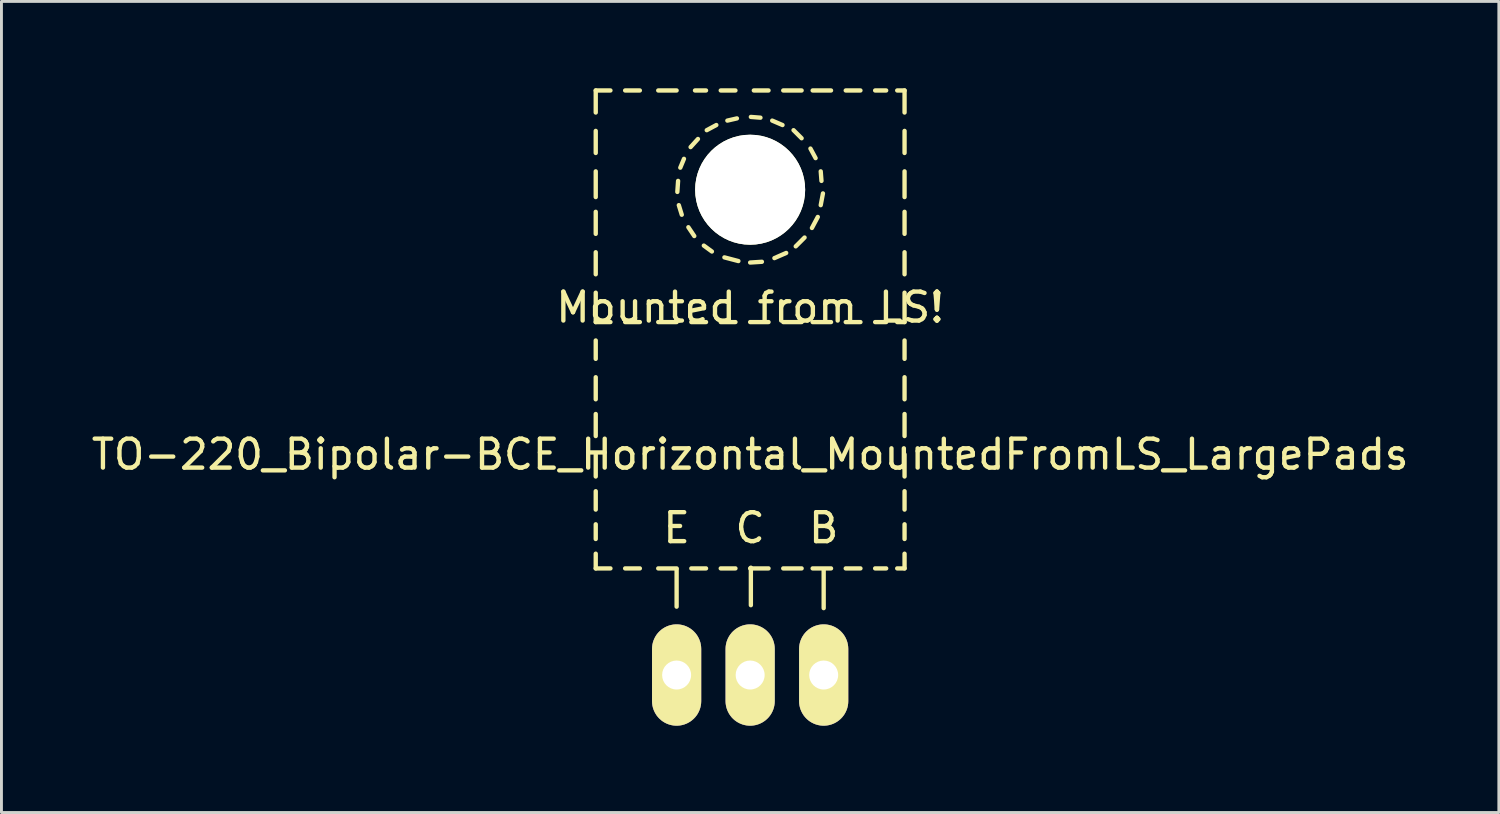
<source format=kicad_pcb>
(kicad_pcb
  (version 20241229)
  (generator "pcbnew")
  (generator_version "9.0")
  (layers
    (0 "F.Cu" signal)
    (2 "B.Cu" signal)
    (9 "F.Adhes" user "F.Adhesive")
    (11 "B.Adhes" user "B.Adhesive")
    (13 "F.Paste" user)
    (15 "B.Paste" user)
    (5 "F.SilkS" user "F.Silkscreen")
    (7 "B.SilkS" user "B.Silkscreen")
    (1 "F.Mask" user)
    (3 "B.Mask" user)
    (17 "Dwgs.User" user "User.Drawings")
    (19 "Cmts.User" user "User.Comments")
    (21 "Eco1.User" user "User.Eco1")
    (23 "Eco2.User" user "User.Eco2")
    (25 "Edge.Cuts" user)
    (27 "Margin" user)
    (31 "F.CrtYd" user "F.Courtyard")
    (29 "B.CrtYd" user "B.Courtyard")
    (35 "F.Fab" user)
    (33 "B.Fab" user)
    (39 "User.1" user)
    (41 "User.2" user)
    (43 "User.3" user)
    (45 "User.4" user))
  (footprint "TO-220_Bipolar-BCE_Horizontal_MountedFromLS_LargePads"
    (layer "F.Cu")
    (at 22.863 20.268)
    (property "Reference" "TO-220_Bipolar-BCE_Horizontal_MountedFromLS_LargePads" (at 0 -7.62 0) (layer "F.SilkS") (effects (font (size 1 1) (thickness 0.15))))
    (attr through_hole)
    (fp_line (start -5.334 -20.193) (end -5.334 -19.431) (stroke (width 0.15) (type solid)) (layer "F.SilkS"))
    (fp_line (start -5.334 -20.193) (end -4.826 -20.193) (stroke (width 0.15) (type solid)) (layer "F.SilkS"))
    (fp_line (start -5.334 -18.796) (end -5.334 -18.034) (stroke (width 0.15) (type solid)) (layer "F.SilkS"))
    (fp_line (start -5.334 -17.399) (end -5.334 -16.51) (stroke (width 0.15) (type solid)) (layer "F.SilkS"))
    (fp_line (start -5.334 -16.002) (end -5.334 -15.24) (stroke (width 0.15) (type solid)) (layer "F.SilkS"))
    (fp_line (start -5.334 -14.605) (end -5.334 -13.843) (stroke (width 0.15) (type solid)) (layer "F.SilkS"))
    (fp_line (start -5.334 -13.208) (end -5.334 -12.192) (stroke (width 0.15) (type solid)) (layer "F.SilkS"))
    (fp_line (start -5.334 -12.192) (end -4.826 -12.192) (stroke (width 0.15) (type solid)) (layer "F.SilkS"))
    (fp_line (start -5.334 -11.557) (end -5.334 -10.922) (stroke (width 0.15) (type solid)) (layer "F.SilkS"))
    (fp_line (start -5.334 -10.287) (end -5.334 -9.525) (stroke (width 0.15) (type solid)) (layer "F.SilkS"))
    (fp_line (start -5.334 -9.017) (end -5.334 -8.255) (stroke (width 0.15) (type solid)) (layer "F.SilkS"))
    (fp_line (start -5.334 -7.62) (end -5.334 -6.858) (stroke (width 0.15) (type solid)) (layer "F.SilkS"))
    (fp_line (start -5.334 -6.35) (end -5.334 -5.715) (stroke (width 0.15) (type solid)) (layer "F.SilkS"))
    (fp_line (start -5.334 -5.207) (end -5.334 -4.699) (stroke (width 0.15) (type solid)) (layer "F.SilkS"))
    (fp_line (start -5.334 -4.191) (end -5.334 -3.683) (stroke (width 0.15) (type solid)) (layer "F.SilkS"))
    (fp_line (start -5.334 -3.683) (end -4.826 -3.683) (stroke (width 0.15) (type solid)) (layer "F.SilkS"))
    (fp_line (start -4.318 -20.193) (end -3.81 -20.193) (stroke (width 0.15) (type solid)) (layer "F.SilkS"))
    (fp_line (start -4.318 -12.192) (end -3.81 -12.192) (stroke (width 0.15) (type solid)) (layer "F.SilkS"))
    (fp_line (start -4.318 -3.683) (end -3.81 -3.683) (stroke (width 0.15) (type solid)) (layer "F.SilkS"))
    (fp_line (start -3.175 -20.193) (end -2.54 -20.193) (stroke (width 0.15) (type solid)) (layer "F.SilkS"))
    (fp_line (start -3.175 -12.192) (end -2.54 -12.192) (stroke (width 0.15) (type solid)) (layer "F.SilkS"))
    (fp_line (start -3.175 -3.683) (end -2.54 -3.683) (stroke (width 0.15) (type solid)) (layer "F.SilkS"))
    (fp_line (start -2.54 -3.658) (end -2.54 -2.362) (stroke (width 0.15) (type solid)) (layer "F.SilkS"))
    (fp_line (start -2.515 -16.688) (end -2.489 -17.069) (stroke (width 0.15) (type solid)) (layer "F.SilkS"))
    (fp_line (start -2.413 -17.526) (end -2.286 -17.831) (stroke (width 0.15) (type solid)) (layer "F.SilkS"))
    (fp_line (start -2.362 -15.9) (end -2.464 -16.231) (stroke (width 0.15) (type solid)) (layer "F.SilkS"))
    (fp_line (start -2.057 -18.237) (end -1.803 -18.517) (stroke (width 0.15) (type solid)) (layer "F.SilkS"))
    (fp_line (start -2.032 -12.192) (end -1.524 -12.192) (stroke (width 0.15) (type solid)) (layer "F.SilkS"))
    (fp_line (start -2.032 -3.683) (end -1.524 -3.683) (stroke (width 0.15) (type solid)) (layer "F.SilkS"))
    (fp_line (start -1.93 -15.164) (end -2.134 -15.469) (stroke (width 0.15) (type solid)) (layer "F.SilkS"))
    (fp_line (start -1.905 -20.193) (end -1.524 -20.193) (stroke (width 0.15) (type solid)) (layer "F.SilkS"))
    (fp_line (start -1.499 -18.821) (end -1.168 -18.999) (stroke (width 0.15) (type solid)) (layer "F.SilkS"))
    (fp_line (start -1.321 -14.63) (end -1.6 -14.834) (stroke (width 0.15) (type solid)) (layer "F.SilkS"))
    (fp_line (start -1.016 -20.193) (end -0.508 -20.193) (stroke (width 0.15) (type solid)) (layer "F.SilkS"))
    (fp_line (start -1.016 -12.192) (end -0.508 -12.192) (stroke (width 0.15) (type solid)) (layer "F.SilkS"))
    (fp_line (start -1.016 -3.683) (end -0.508 -3.683) (stroke (width 0.15) (type solid)) (layer "F.SilkS"))
    (fp_line (start -0.787 -19.152) (end -0.457 -19.228) (stroke (width 0.15) (type solid)) (layer "F.SilkS"))
    (fp_line (start -0.406 -14.3) (end -0.889 -14.427) (stroke (width 0.15) (type solid)) (layer "F.SilkS"))
    (fp_line (start 0 -12.192) (end 0.635 -12.192) (stroke (width 0.15) (type solid)) (layer "F.SilkS"))
    (fp_line (start 0 -3.683) (end 0.635 -3.683) (stroke (width 0.15) (type solid)) (layer "F.SilkS"))
    (fp_line (start 0.025 -19.279) (end 0.356 -19.253) (stroke (width 0.15) (type solid)) (layer "F.SilkS"))
    (fp_line (start 0.025 -3.708) (end 0.025 -2.413) (stroke (width 0.15) (type solid)) (layer "F.SilkS"))
    (fp_line (start 0.127 -20.193) (end 0.635 -20.193) (stroke (width 0.15) (type solid)) (layer "F.SilkS"))
    (fp_line (start 0.406 -14.275) (end 0 -14.249) (stroke (width 0.15) (type solid)) (layer "F.SilkS"))
    (fp_line (start 0.762 -19.152) (end 1.118 -18.999) (stroke (width 0.15) (type solid)) (layer "F.SilkS"))
    (fp_line (start 1.143 -20.193) (end 1.778 -20.193) (stroke (width 0.15) (type solid)) (layer "F.SilkS"))
    (fp_line (start 1.143 -12.192) (end 1.778 -12.192) (stroke (width 0.15) (type solid)) (layer "F.SilkS"))
    (fp_line (start 1.143 -3.683) (end 1.778 -3.683) (stroke (width 0.15) (type solid)) (layer "F.SilkS"))
    (fp_line (start 1.245 -14.58) (end 0.838 -14.402) (stroke (width 0.15) (type solid)) (layer "F.SilkS"))
    (fp_line (start 1.499 -18.821) (end 1.778 -18.542) (stroke (width 0.15) (type solid)) (layer "F.SilkS"))
    (fp_line (start 1.88 -15.113) (end 1.575 -14.808) (stroke (width 0.15) (type solid)) (layer "F.SilkS"))
    (fp_line (start 2.083 -18.186) (end 2.261 -17.856) (stroke (width 0.15) (type solid)) (layer "F.SilkS"))
    (fp_line (start 2.159 -20.193) (end 2.794 -20.193) (stroke (width 0.15) (type solid)) (layer "F.SilkS"))
    (fp_line (start 2.159 -12.192) (end 2.794 -12.192) (stroke (width 0.15) (type solid)) (layer "F.SilkS"))
    (fp_line (start 2.159 -3.683) (end 2.794 -3.683) (stroke (width 0.15) (type solid)) (layer "F.SilkS"))
    (fp_line (start 2.337 -15.824) (end 2.134 -15.443) (stroke (width 0.15) (type solid)) (layer "F.SilkS"))
    (fp_line (start 2.438 -17.399) (end 2.464 -17.069) (stroke (width 0.15) (type solid)) (layer "F.SilkS"))
    (fp_line (start 2.515 -16.637) (end 2.438 -16.231) (stroke (width 0.15) (type solid)) (layer "F.SilkS"))
    (fp_line (start 2.54 -3.658) (end 2.54 -2.311) (stroke (width 0.15) (type solid)) (layer "F.SilkS"))
    (fp_line (start 3.302 -20.193) (end 3.81 -20.193) (stroke (width 0.15) (type solid)) (layer "F.SilkS"))
    (fp_line (start 3.302 -12.192) (end 3.81 -12.192) (stroke (width 0.15) (type solid)) (layer "F.SilkS"))
    (fp_line (start 3.302 -3.683) (end 3.81 -3.683) (stroke (width 0.15) (type solid)) (layer "F.SilkS"))
    (fp_line (start 4.318 -20.193) (end 4.699 -20.193) (stroke (width 0.15) (type solid)) (layer "F.SilkS"))
    (fp_line (start 4.318 -12.192) (end 4.699 -12.192) (stroke (width 0.15) (type solid)) (layer "F.SilkS"))
    (fp_line (start 4.318 -3.683) (end 4.699 -3.683) (stroke (width 0.15) (type solid)) (layer "F.SilkS"))
    (fp_line (start 5.08 -20.193) (end 5.334 -20.193) (stroke (width 0.15) (type solid)) (layer "F.SilkS"))
    (fp_line (start 5.08 -12.192) (end 5.334 -12.192) (stroke (width 0.15) (type solid)) (layer "F.SilkS"))
    (fp_line (start 5.08 -3.683) (end 5.334 -3.683) (stroke (width 0.15) (type solid)) (layer "F.SilkS"))
    (fp_line (start 5.334 -20.193) (end 5.334 -19.431) (stroke (width 0.15) (type solid)) (layer "F.SilkS"))
    (fp_line (start 5.334 -18.796) (end 5.334 -18.034) (stroke (width 0.15) (type solid)) (layer "F.SilkS"))
    (fp_line (start 5.334 -17.399) (end 5.334 -16.51) (stroke (width 0.15) (type solid)) (layer "F.SilkS"))
    (fp_line (start 5.334 -16.002) (end 5.334 -15.24) (stroke (width 0.15) (type solid)) (layer "F.SilkS"))
    (fp_line (start 5.334 -14.605) (end 5.334 -13.843) (stroke (width 0.15) (type solid)) (layer "F.SilkS"))
    (fp_line (start 5.334 -13.208) (end 5.334 -12.192) (stroke (width 0.15) (type solid)) (layer "F.SilkS"))
    (fp_line (start 5.334 -11.557) (end 5.334 -10.922) (stroke (width 0.15) (type solid)) (layer "F.SilkS"))
    (fp_line (start 5.334 -10.287) (end 5.334 -9.525) (stroke (width 0.15) (type solid)) (layer "F.SilkS"))
    (fp_line (start 5.334 -9.017) (end 5.334 -8.255) (stroke (width 0.15) (type solid)) (layer "F.SilkS"))
    (fp_line (start 5.334 -7.62) (end 5.334 -6.858) (stroke (width 0.15) (type solid)) (layer "F.SilkS"))
    (fp_line (start 5.334 -6.35) (end 5.334 -5.715) (stroke (width 0.15) (type solid)) (layer "F.SilkS"))
    (fp_line (start 5.334 -5.207) (end 5.334 -4.699) (stroke (width 0.15) (type solid)) (layer "F.SilkS"))
    (fp_line (start 5.334 -4.191) (end 5.334 -3.683) (stroke (width 0.15) (type solid)) (layer "F.SilkS"))
    (fp_text user "E" (at -2.54 -5.08 0) (layer "F.SilkS") (effects (font (size 1 1) (thickness 0.15))))
    (fp_text user "Mounted from LS!" (at 0 -12.7 0) (layer "F.SilkS") (effects (font (size 1 1) (thickness 0.15))))
    (fp_text user "C" (at 0 -5.08 0) (layer "F.SilkS") (effects (font (size 1 1) (thickness 0.15))))
    (fp_text user "B" (at 2.54 -5.08 0) (layer "F.SilkS") (effects (font (size 1 1) (thickness 0.15))))
    (pad "" np_thru_hole circle (at 0 -16.764 90) (size 3.8 3.8) (drill 3.8) (layers "*.Cu" "*.Mask" "F.SilkS"))
    (pad "B" thru_hole oval (at 2.54 0 90) (size 3.5 1.699) (drill 1.001) (layers "*.Cu" "*.Mask" "F.SilkS"))
    (pad "C" thru_hole oval (at 0 0 90) (size 3.5 1.699) (drill 1.001) (layers "*.Cu" "*.Mask" "F.SilkS"))
    (pad "E" thru_hole oval (at -2.54 0 90) (size 3.5 1.699) (drill 1.001) (layers "*.Cu" "*.Mask" "F.SilkS")))
  (gr_rect
    (start -3 -3)
    (end 48.726 25.018)
    (stroke (width 0.1) (type default))
    (fill no)
    (layer "Edge.Cuts")))
</source>
